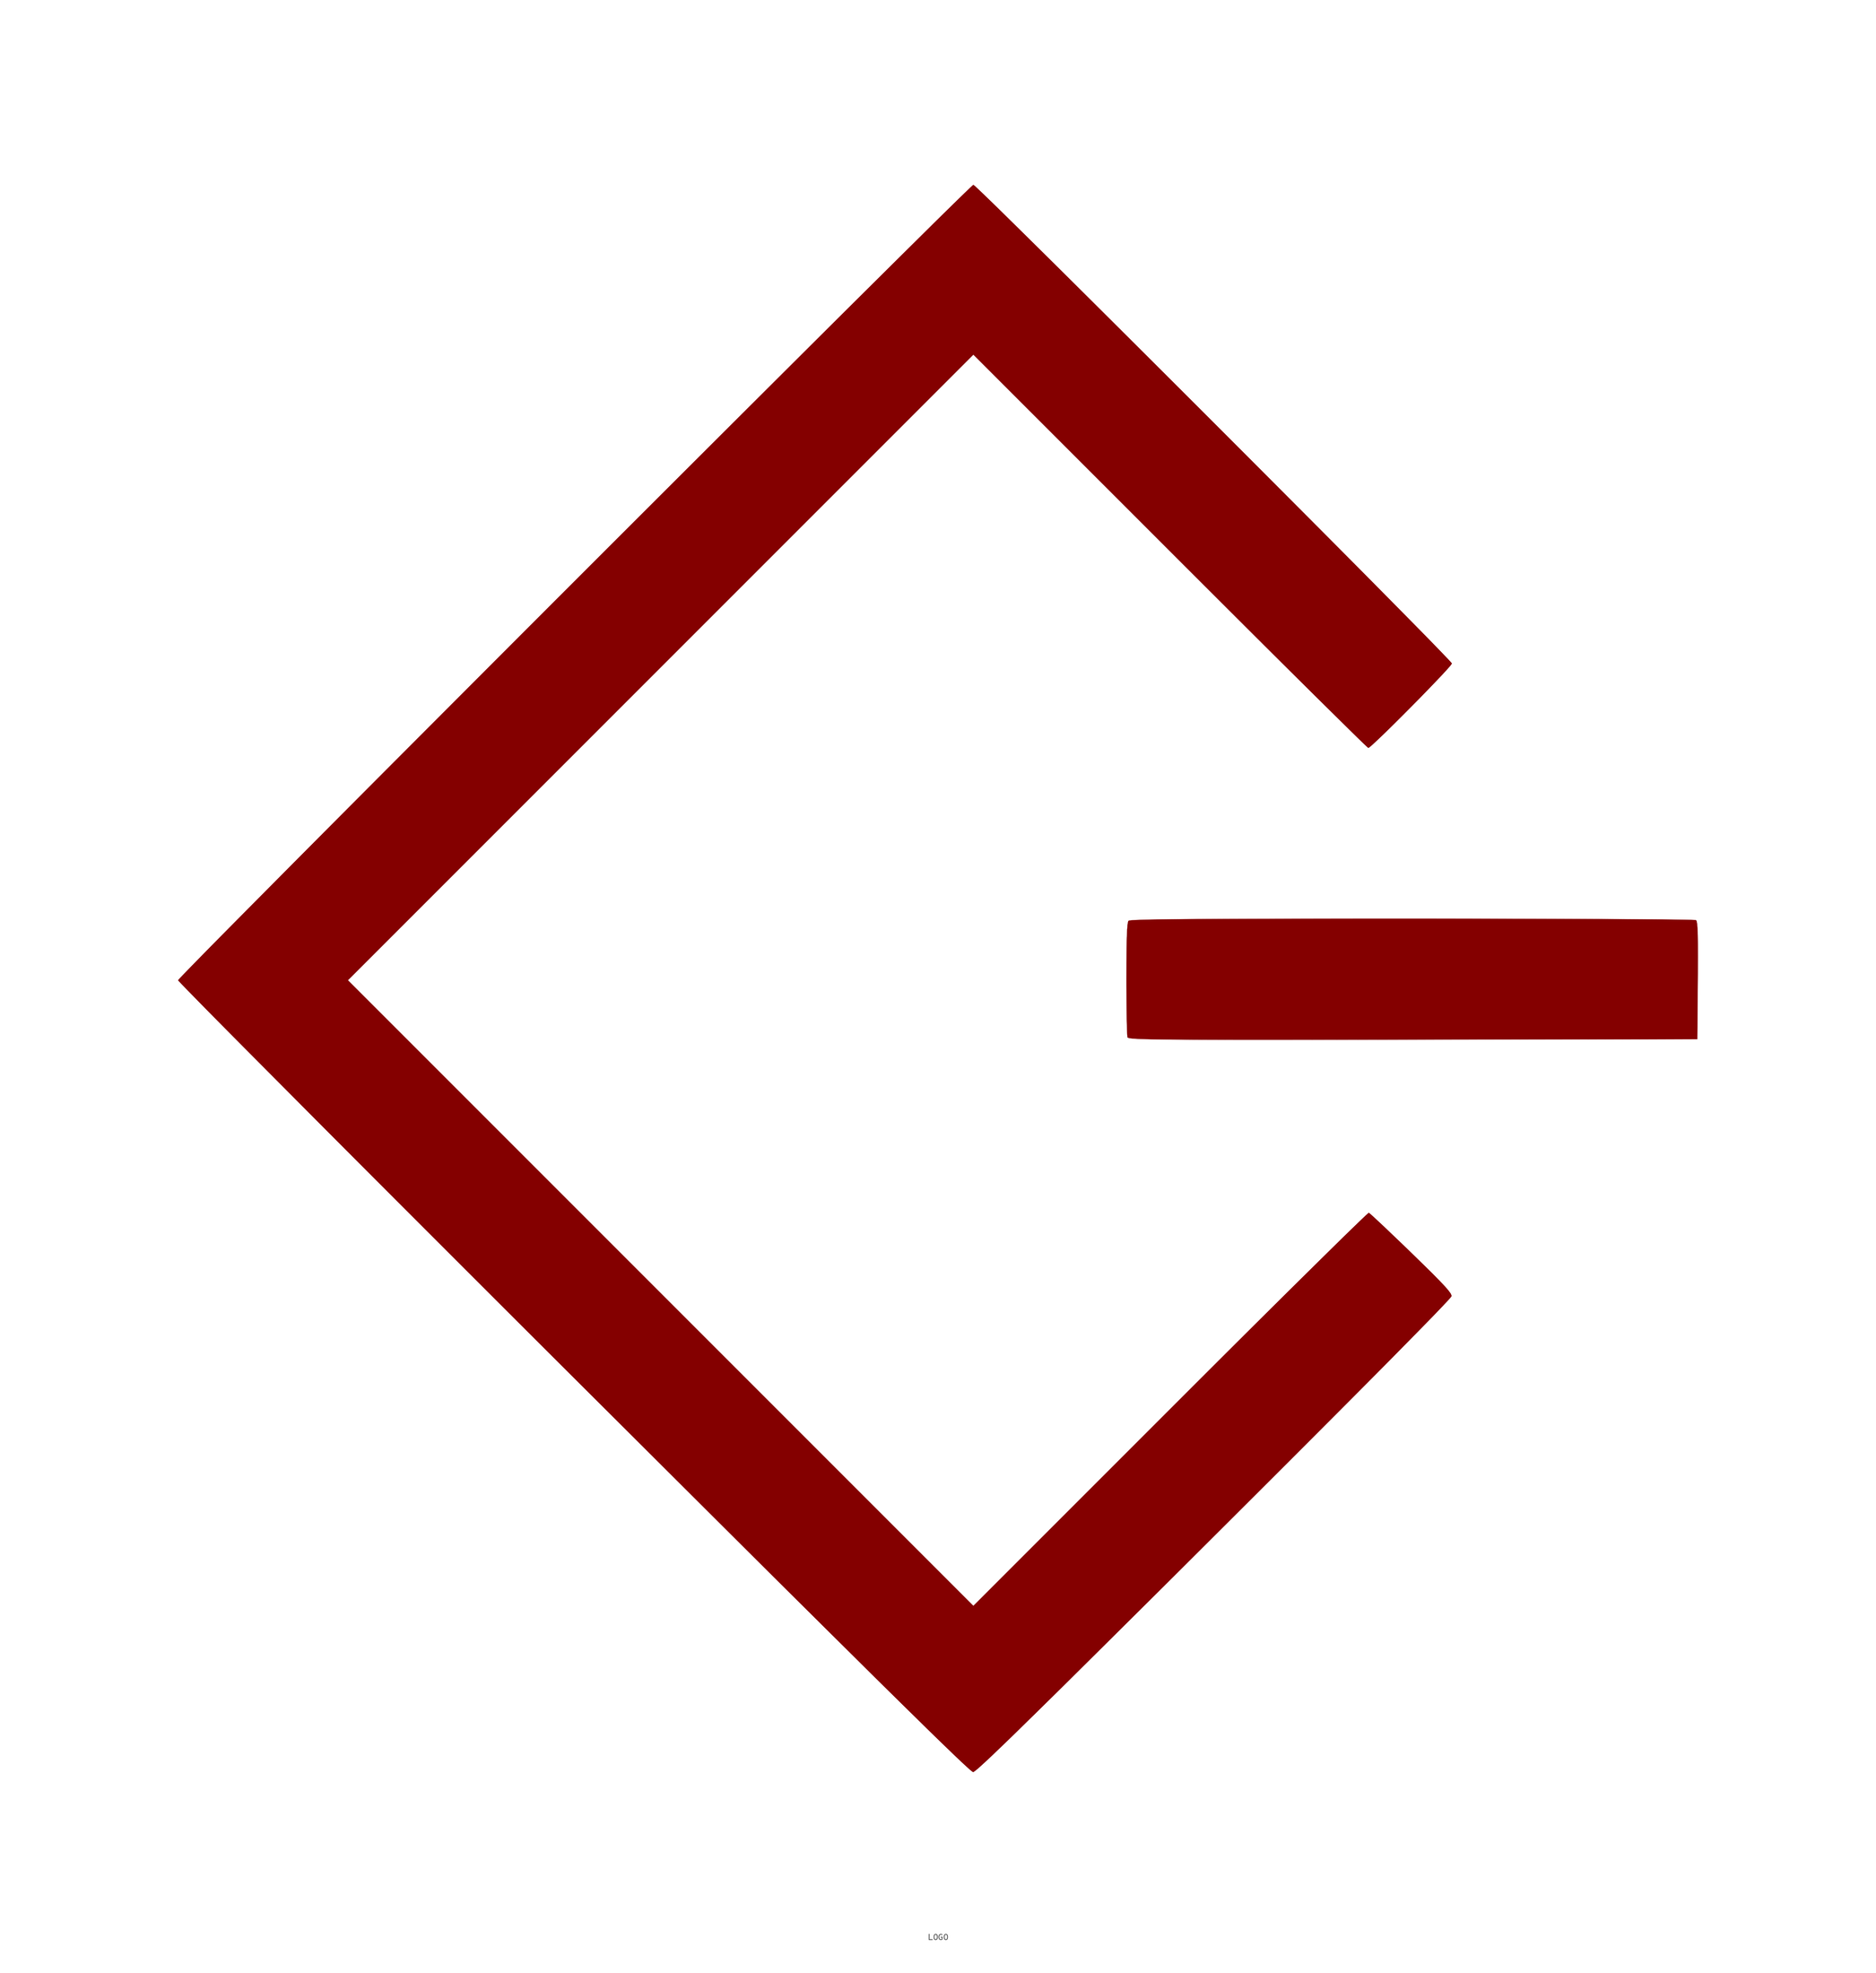
<source format=kicad_sym>
(kicad_symbol_lib
  (version 20220914)
  (generator bitmap2component)
  (symbol "LOGO"
    (pin_names
      (offset 1.016))
    (property "Reference" "#G"
      (at 0 122.852 0)
      (effects (font (size 1.27 1.27)) hide))
    (symbol "LOGO_0_0"
      (polyline (pts (xy 4.349 -120.483) (xy 4.6 -120.312) (xy 5.027 -119.958) (xy 5.643 -119.41) (xy 6.461 -118.654) (xy 7.494 -117.679) (xy 8.754 -116.472) (xy 10.255 -115.02) (xy 12.009 -113.31) (xy 14.029 -111.331) (xy 16.327 -109.069) (xy 18.918 -106.512) (xy 21.813 -103.647) (xy 25.025 -100.463) (xy 28.567 -96.945) (xy 32.453 -93.083) (xy 36.694 -88.863) (xy 41.303 -84.272) (xy 43.105 -82.477) (xy 47.672 -77.923) (xy 51.946 -73.656) (xy 55.919 -69.683) (xy 59.584 -66.011) (xy 62.934 -62.648) (xy 65.963 -59.6) (xy 68.663 -56.875) (xy 71.027 -54.48) (xy 73.049 -52.421) (xy 74.72 -50.706) (xy 76.035 -49.343) (xy 76.986 -48.337) (xy 77.566 -47.697) (xy 77.768 -47.429) (xy 77.765 -47.337) (xy 77.638 -47.035) (xy 77.314 -46.581) (xy 76.762 -45.939) (xy 75.948 -45.074) (xy 74.838 -43.949) (xy 73.398 -42.528) (xy 71.596 -40.775) (xy 70.712 -39.921) (xy 69.246 -38.513) (xy 67.925 -37.253) (xy 66.798 -36.189) (xy 65.913 -35.365) (xy 65.319 -34.828) (xy 65.063 -34.621) (xy 64.974 -34.685) (xy 64.532 -35.084) (xy 63.742 -35.834) (xy 62.624 -36.914) (xy 61.198 -38.303) (xy 59.486 -39.982) (xy 57.507 -41.929) (xy 55.283 -44.124) (xy 52.833 -46.548) (xy 50.178 -49.18) (xy 47.339 -52) (xy 44.337 -54.987) (xy 41.192 -58.121) (xy 37.924 -61.382) (xy 34.554 -64.75) (xy 4.323 -94.979) (xy -43.707 -46.949) (xy -91.737 1.081) (xy -43.708 49.11) (xy 4.322 97.14) (xy 34.522 66.944) (xy 36.553 64.914) (xy 39.863 61.608) (xy 43.059 58.419) (xy 46.119 55.369) (xy 49.024 52.477) (xy 51.752 49.764) (xy 54.284 47.25) (xy 56.598 44.955) (xy 58.675 42.9) (xy 60.493 41.105) (xy 62.032 39.592) (xy 63.271 38.378) (xy 64.191 37.487) (xy 64.769 36.937) (xy 64.987 36.749) (xy 65.203 36.89) (xy 65.754 37.37) (xy 66.576 38.138) (xy 67.614 39.138) (xy 68.814 40.314) (xy 70.12 41.612) (xy 71.477 42.976) (xy 72.831 44.35) (xy 74.128 45.679) (xy 75.311 46.909) (xy 76.327 47.983) (xy 77.121 48.845) (xy 77.637 49.442) (xy 77.821 49.717) (xy 77.705 49.87) (xy 77.231 50.387) (xy 76.414 51.244) (xy 75.277 52.42) (xy 73.842 53.89) (xy 72.131 55.633) (xy 70.168 57.626) (xy 67.975 59.846) (xy 65.575 62.27) (xy 62.99 64.877) (xy 60.242 67.643) (xy 57.355 70.546) (xy 54.351 73.562) (xy 51.253 76.671) (xy 48.084 79.848) (xy 44.865 83.071) (xy 41.619 86.319) (xy 38.37 89.567) (xy 35.14 92.793) (xy 31.951 95.976) (xy 28.826 99.091) (xy 25.788 102.117) (xy 22.859 105.031) (xy 20.062 107.81) (xy 17.42 110.432) (xy 14.954 112.874) (xy 12.689 115.114) (xy 10.646 117.128) (xy 8.848 118.894) (xy 7.317 120.39) (xy 6.077 121.593) (xy 5.15 122.48) (xy 4.558 123.029) (xy 4.324 123.217) (xy 4.221 123.137) (xy 3.76 122.71) (xy 2.945 121.928) (xy 1.796 120.81) (xy 0.33 119.372) (xy -1.437 117.633) (xy -3.486 115.61) (xy -5.8 113.321) (xy -8.361 110.782) (xy -11.152 108.012) (xy -14.156 105.028) (xy -17.354 101.848) (xy -20.73 98.488) (xy -24.266 94.967) (xy -27.944 91.302) (xy -31.747 87.511) (xy -35.657 83.61) (xy -39.657 79.618) (xy -43.729 75.552) (xy -47.856 71.43) (xy -52.021 67.269) (xy -56.205 63.086) (xy -60.392 58.9) (xy -64.563 54.727) (xy -68.701 50.585) (xy -72.79 46.491) (xy -76.81 42.464) (xy -80.745 38.52) (xy -84.578 34.678) (xy -88.29 30.954) (xy -91.864 27.366) (xy -95.283 23.932) (xy -98.529 20.669) (xy -101.585 17.595) (xy -104.433 14.727) (xy -107.056 12.083) (xy -109.436 9.68) (xy -111.556 7.535) (xy -113.397 5.667) (xy -114.943 4.092) (xy -116.177 2.829) (xy -117.08 1.894) (xy -117.635 1.306) (xy -117.824 1.081) (xy -117.733 0.967) (xy -117.287 0.49) (xy -116.483 -0.344) (xy -115.334 -1.521) (xy -113.855 -3.026) (xy -112.061 -4.844) (xy -109.967 -6.961) (xy -107.585 -9.363) (xy -104.932 -12.034) (xy -102.02 -14.962) (xy -98.865 -18.131) (xy -95.482 -21.527) (xy -91.883 -25.135) (xy -88.084 -28.941) (xy -84.1 -32.93) (xy -79.944 -37.088) (xy -75.63 -41.401) (xy -71.174 -45.854) (xy -66.59 -50.433) (xy -61.892 -55.123) (xy -57.094 -59.91) (xy -51.117 -65.87) (xy -45.421 -71.549) (xy -40.089 -76.862) (xy -35.11 -81.821) (xy -30.477 -86.432) (xy -26.18 -90.706) (xy -22.211 -94.651) (xy -18.559 -98.277) (xy -15.216 -101.591) (xy -12.173 -104.604) (xy -9.421 -107.325) (xy -6.95 -109.761) (xy -4.751 -111.923) (xy -2.816 -113.819) (xy -1.135 -115.459) (xy 0.302 -116.851) (xy 1.502 -118.004) (xy 2.476 -118.927) (xy 3.232 -119.63) (xy 3.779 -120.121) (xy 4.127 -120.41) (xy 4.284 -120.505) (xy 4.349 -120.483)) (stroke (width 0.01) (type default)) (fill (type outline)))
      (polyline (pts (xy 51.974 -8.063) (xy 56.214 -8.06) (xy 60.922 -8.055) (xy 66.122 -8.048) (xy 71.838 -8.04) (xy 115.516 -7.971) (xy 115.587 1.063) (xy 115.596 2.314) (xy 115.606 4.651) (xy 115.601 6.514) (xy 115.581 7.948) (xy 115.544 9) (xy 115.488 9.715) (xy 115.413 10.137) (xy 115.317 10.313) (xy 115.165 10.33) (xy 114.507 10.353) (xy 113.357 10.376) (xy 111.745 10.398) (xy 109.699 10.419) (xy 107.247 10.438) (xy 104.42 10.457) (xy 101.245 10.473) (xy 97.752 10.488) (xy 93.97 10.501) (xy 89.927 10.512) (xy 85.652 10.521) (xy 81.175 10.528) (xy 76.524 10.532) (xy 71.728 10.534) (xy 71.337 10.534) (xy 65.421 10.534) (xy 60.026 10.531) (xy 55.13 10.527) (xy 50.716 10.52) (xy 46.763 10.511) (xy 43.251 10.5) (xy 40.162 10.485) (xy 37.476 10.468) (xy 35.174 10.448) (xy 33.235 10.425) (xy 31.641 10.399) (xy 30.372 10.369) (xy 29.408 10.336) (xy 28.731 10.299) (xy 28.32 10.259) (xy 28.156 10.214) (xy 28.093 10.088) (xy 28.007 9.629) (xy 27.94 8.82) (xy 27.891 7.622) (xy 27.857 5.998) (xy 27.838 3.91) (xy 27.832 1.319) (xy 27.833 0.23) (xy 27.843 -1.81) (xy 27.862 -3.654) (xy 27.887 -5.231) (xy 27.919 -6.473) (xy 27.956 -7.312) (xy 27.996 -7.68) (xy 28.042 -7.73) (xy 28.171 -7.781) (xy 28.404 -7.827) (xy 28.766 -7.869) (xy 29.281 -7.906) (xy 29.973 -7.938) (xy 30.867 -7.966) (xy 31.987 -7.991) (xy 33.356 -8.011) (xy 35 -8.028) (xy 36.942 -8.041) (xy 39.206 -8.051) (xy 41.817 -8.058) (xy 44.799 -8.063) (xy 48.177 -8.064) (xy 51.974 -8.063)) (stroke (width 0.01) (type default)) (fill (type outline))))))
</source>
